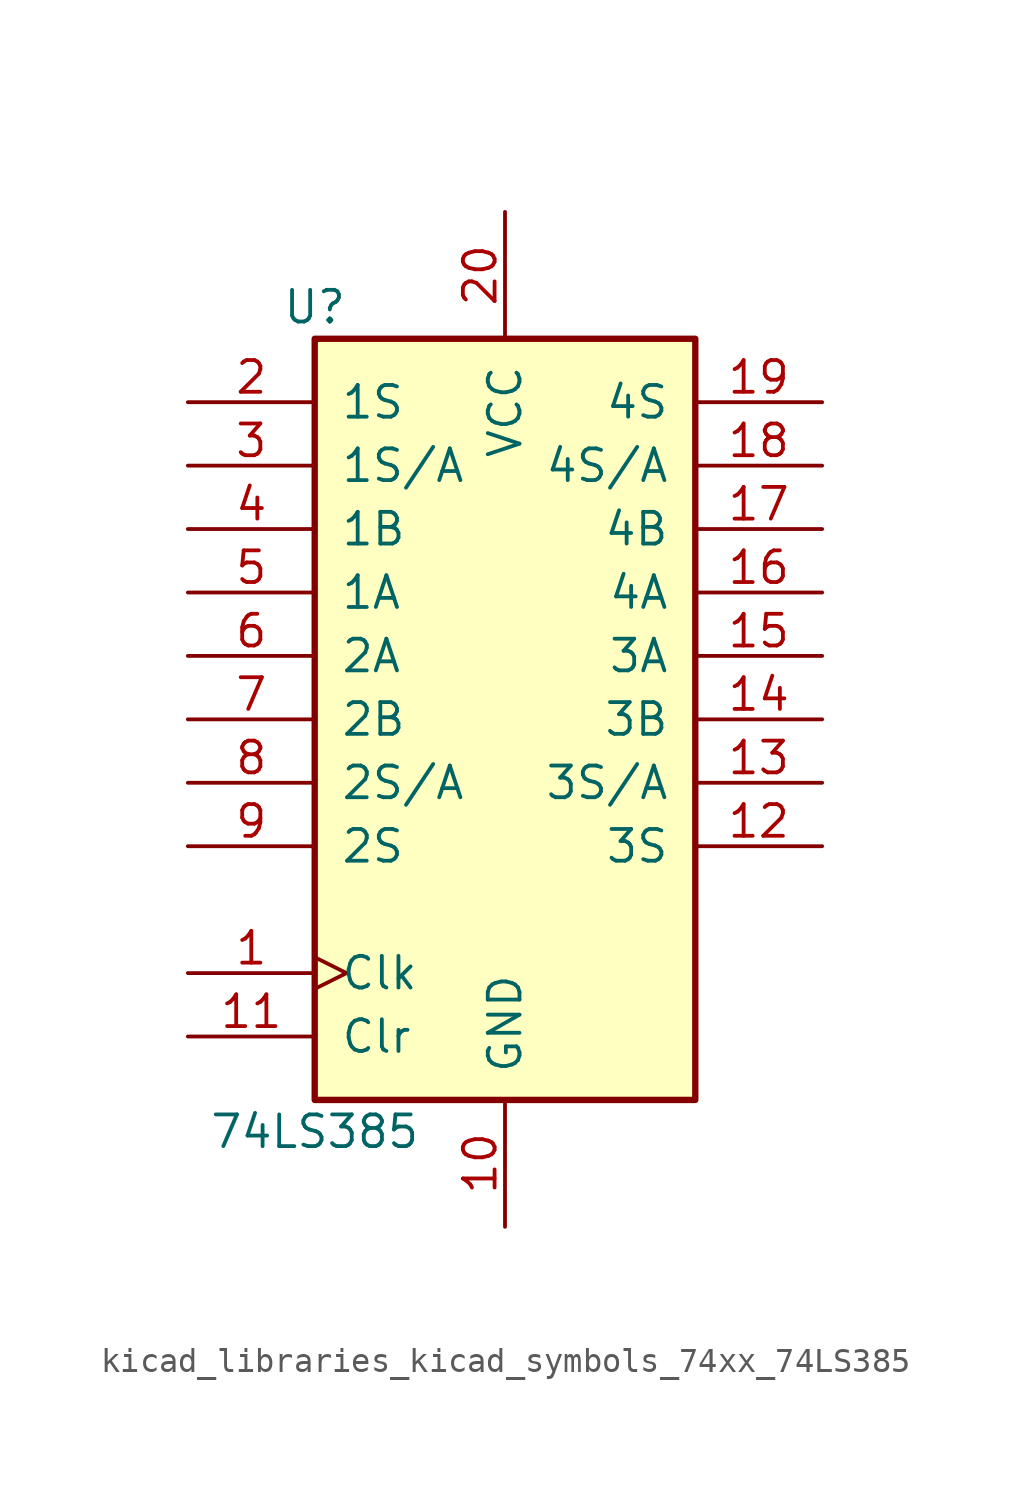
<source format=kicad_sym>
(kicad_symbol_lib
  (version 20220914)
  (generator kicad_symbol_editor)
  (symbol "kicad_libraries_kicad_symbols_74xx_74LS385"
    (pin_names
      (offset 1.016))
    (property "Reference" "U"
      (at -7.62 16.51 0)
      (effects (font (size 1.27 1.27))))
    (property "Value" "74LS385"
      (at -7.62 -16.51 0)
      (effects (font (size 1.27 1.27))))
    (property "ki_locked" ""
      (at 0 0 0)
      (effects (font (size 1.27 1.27))))
    (symbol "kicad_libraries_kicad_symbols_74xx_74LS385_1_0"
      (pin input clock (at -12.7 -10.16 0) (length 5.08) (name "Clk" (effects (font (size 1.27 1.27)))) (number "1" (effects (font (size 1.27 1.27)))))
      (pin power_in line (at 0 -20.32 90) (length 5.08) (name "GND" (effects (font (size 1.27 1.27)))) (number "10" (effects (font (size 1.27 1.27)))))
      (pin input line (at -12.7 -12.7 0) (length 5.08) (name "Clr" (effects (font (size 1.27 1.27)))) (number "11" (effects (font (size 1.27 1.27)))))
      (pin output line (at 12.7 -5.08 180) (length 5.08) (name "3S" (effects (font (size 1.27 1.27)))) (number "12" (effects (font (size 1.27 1.27)))))
      (pin output line (at 12.7 -2.54 180) (length 5.08) (name "3S/A" (effects (font (size 1.27 1.27)))) (number "13" (effects (font (size 1.27 1.27)))))
      (pin output line (at 12.7 0 180) (length 5.08) (name "3B" (effects (font (size 1.27 1.27)))) (number "14" (effects (font (size 1.27 1.27)))))
      (pin output line (at 12.7 2.54 180) (length 5.08) (name "3A" (effects (font (size 1.27 1.27)))) (number "15" (effects (font (size 1.27 1.27)))))
      (pin output line (at 12.7 5.08 180) (length 5.08) (name "4A" (effects (font (size 1.27 1.27)))) (number "16" (effects (font (size 1.27 1.27)))))
      (pin output line (at 12.7 7.62 180) (length 5.08) (name "4B" (effects (font (size 1.27 1.27)))) (number "17" (effects (font (size 1.27 1.27)))))
      (pin output line (at 12.7 10.16 180) (length 5.08) (name "4S/A" (effects (font (size 1.27 1.27)))) (number "18" (effects (font (size 1.27 1.27)))))
      (pin output line (at 12.7 12.7 180) (length 5.08) (name "4S" (effects (font (size 1.27 1.27)))) (number "19" (effects (font (size 1.27 1.27)))))
      (pin input line (at -12.7 12.7 0) (length 5.08) (name "1S" (effects (font (size 1.27 1.27)))) (number "2" (effects (font (size 1.27 1.27)))))
      (pin power_in line (at 0 20.32 270) (length 5.08) (name "VCC" (effects (font (size 1.27 1.27)))) (number "20" (effects (font (size 1.27 1.27)))))
      (pin input line (at -12.7 10.16 0) (length 5.08) (name "1S/A" (effects (font (size 1.27 1.27)))) (number "3" (effects (font (size 1.27 1.27)))))
      (pin input line (at -12.7 7.62 0) (length 5.08) (name "1B" (effects (font (size 1.27 1.27)))) (number "4" (effects (font (size 1.27 1.27)))))
      (pin input line (at -12.7 5.08 0) (length 5.08) (name "1A" (effects (font (size 1.27 1.27)))) (number "5" (effects (font (size 1.27 1.27)))))
      (pin input line (at -12.7 2.54 0) (length 5.08) (name "2A" (effects (font (size 1.27 1.27)))) (number "6" (effects (font (size 1.27 1.27)))))
      (pin input line (at -12.7 0 0) (length 5.08) (name "2B" (effects (font (size 1.27 1.27)))) (number "7" (effects (font (size 1.27 1.27)))))
      (pin input line (at -12.7 -2.54 0) (length 5.08) (name "2S/A" (effects (font (size 1.27 1.27)))) (number "8" (effects (font (size 1.27 1.27)))))
      (pin input line (at -12.7 -5.08 0) (length 5.08) (name "2S" (effects (font (size 1.27 1.27)))) (number "9" (effects (font (size 1.27 1.27))))))
    (symbol "kicad_libraries_kicad_symbols_74xx_74LS385_1_1"
      (rectangle (start -7.62 15.24) (end 7.62 -15.24) (stroke (width 0.254) (type default)) (fill (type background))))))
</source>
